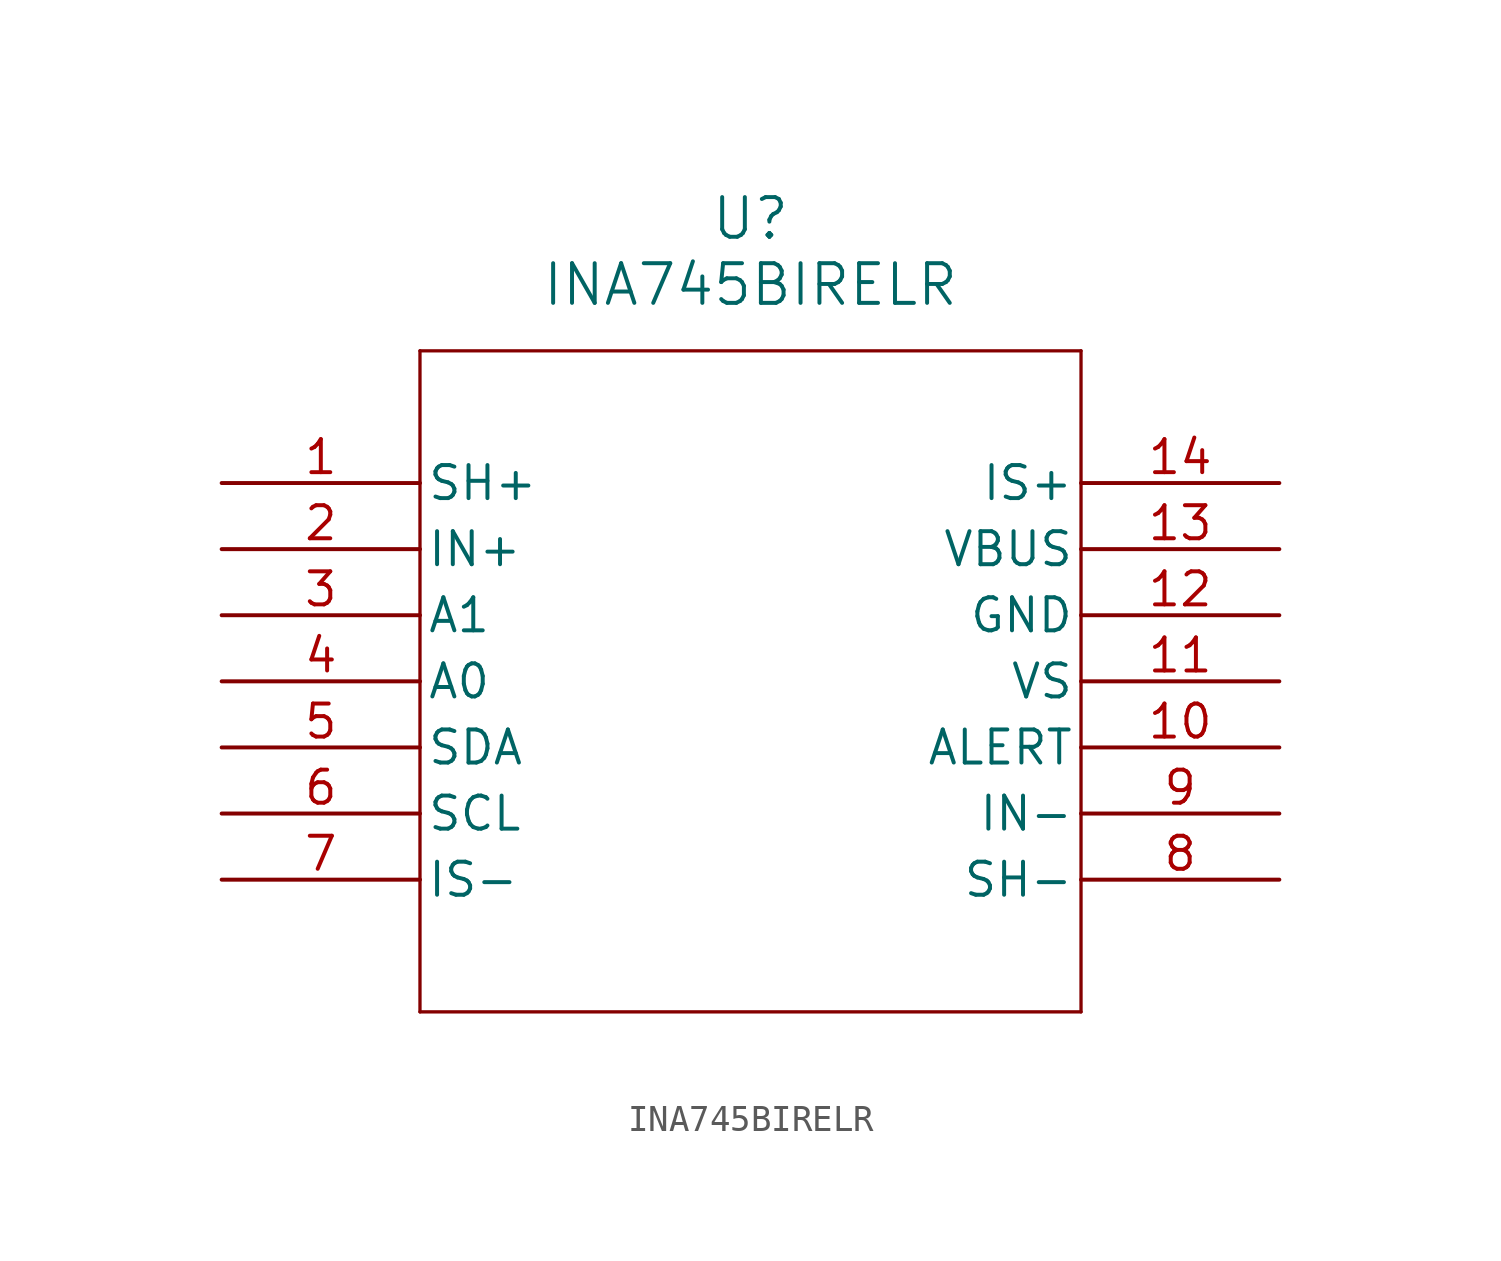
<source format=kicad_sym>
(kicad_symbol_lib
  (version 20211014)
  (generator kicad_symbol_editor)
  (symbol "INA745BIRELR"
    (pin_names
      (offset 0.254))
    (property "Reference" "U"
      (at 20.32 10.16 0)
      (effects (font (size 1.524 1.524))))
    (property "Value" "INA745BIRELR"
      (at 20.32 7.62 0)
      (effects (font (size 1.524 1.524))))
    (symbol "INA745BIRELR_0_1"
      (polyline (pts (xy 7.62 5.08) (xy 7.62 -20.32)) (stroke (width 0.127) (type default) (color 0 0 0 0)) (fill (type none)))
      (polyline (pts (xy 7.62 -20.32) (xy 33.02 -20.32)) (stroke (width 0.127) (type default) (color 0 0 0 0)) (fill (type none)))
      (polyline (pts (xy 33.02 -20.32) (xy 33.02 5.08)) (stroke (width 0.127) (type default) (color 0 0 0 0)) (fill (type none)))
      (polyline (pts (xy 33.02 5.08) (xy 7.62 5.08)) (stroke (width 0.127) (type default) (color 0 0 0 0)) (fill (type none)))
      (pin output line (at 0 0 0) (length 7.62) (name "SH+" (effects (font (size 1.27 1.27)))) (number "1" (effects (font (size 1.27 1.27)))))
      (pin input line (at 0 -2.54 0) (length 7.62) (name "IN+" (effects (font (size 1.27 1.27)))) (number "2" (effects (font (size 1.27 1.27)))))
      (pin input line (at 0 -5.08 0) (length 7.62) (name "A1" (effects (font (size 1.27 1.27)))) (number "3" (effects (font (size 1.27 1.27)))))
      (pin input line (at 0 -7.62 0) (length 7.62) (name "A0" (effects (font (size 1.27 1.27)))) (number "4" (effects (font (size 1.27 1.27)))))
      (pin bidirectional line (at 0 -10.16 0) (length 7.62) (name "SDA" (effects (font (size 1.27 1.27)))) (number "5" (effects (font (size 1.27 1.27)))))
      (pin input line (at 0 -12.7 0) (length 7.62) (name "SCL" (effects (font (size 1.27 1.27)))) (number "6" (effects (font (size 1.27 1.27)))))
      (pin input line (at 0 -15.24 0) (length 7.62) (name "IS-" (effects (font (size 1.27 1.27)))) (number "7" (effects (font (size 1.27 1.27)))))
      (pin output line (at 40.64 -15.24 180) (length 7.62) (name "SH-" (effects (font (size 1.27 1.27)))) (number "8" (effects (font (size 1.27 1.27)))))
      (pin input line (at 40.64 -12.7 180) (length 7.62) (name "IN-" (effects (font (size 1.27 1.27)))) (number "9" (effects (font (size 1.27 1.27)))))
      (pin output line (at 40.64 -10.16 180) (length 7.62) (name "ALERT" (effects (font (size 1.27 1.27)))) (number "10" (effects (font (size 1.27 1.27)))))
      (pin power_in line (at 40.64 -7.62 180) (length 7.62) (name "VS" (effects (font (size 1.27 1.27)))) (number "11" (effects (font (size 1.27 1.27)))))
      (pin power_out line (at 40.64 -5.08 180) (length 7.62) (name "GND" (effects (font (size 1.27 1.27)))) (number "12" (effects (font (size 1.27 1.27)))))
      (pin input line (at 40.64 -2.54 180) (length 7.62) (name "VBUS" (effects (font (size 1.27 1.27)))) (number "13" (effects (font (size 1.27 1.27)))))
      (pin input line (at 40.64 0 180) (length 7.62) (name "IS+" (effects (font (size 1.27 1.27)))) (number "14" (effects (font (size 1.27 1.27))))))))
</source>
